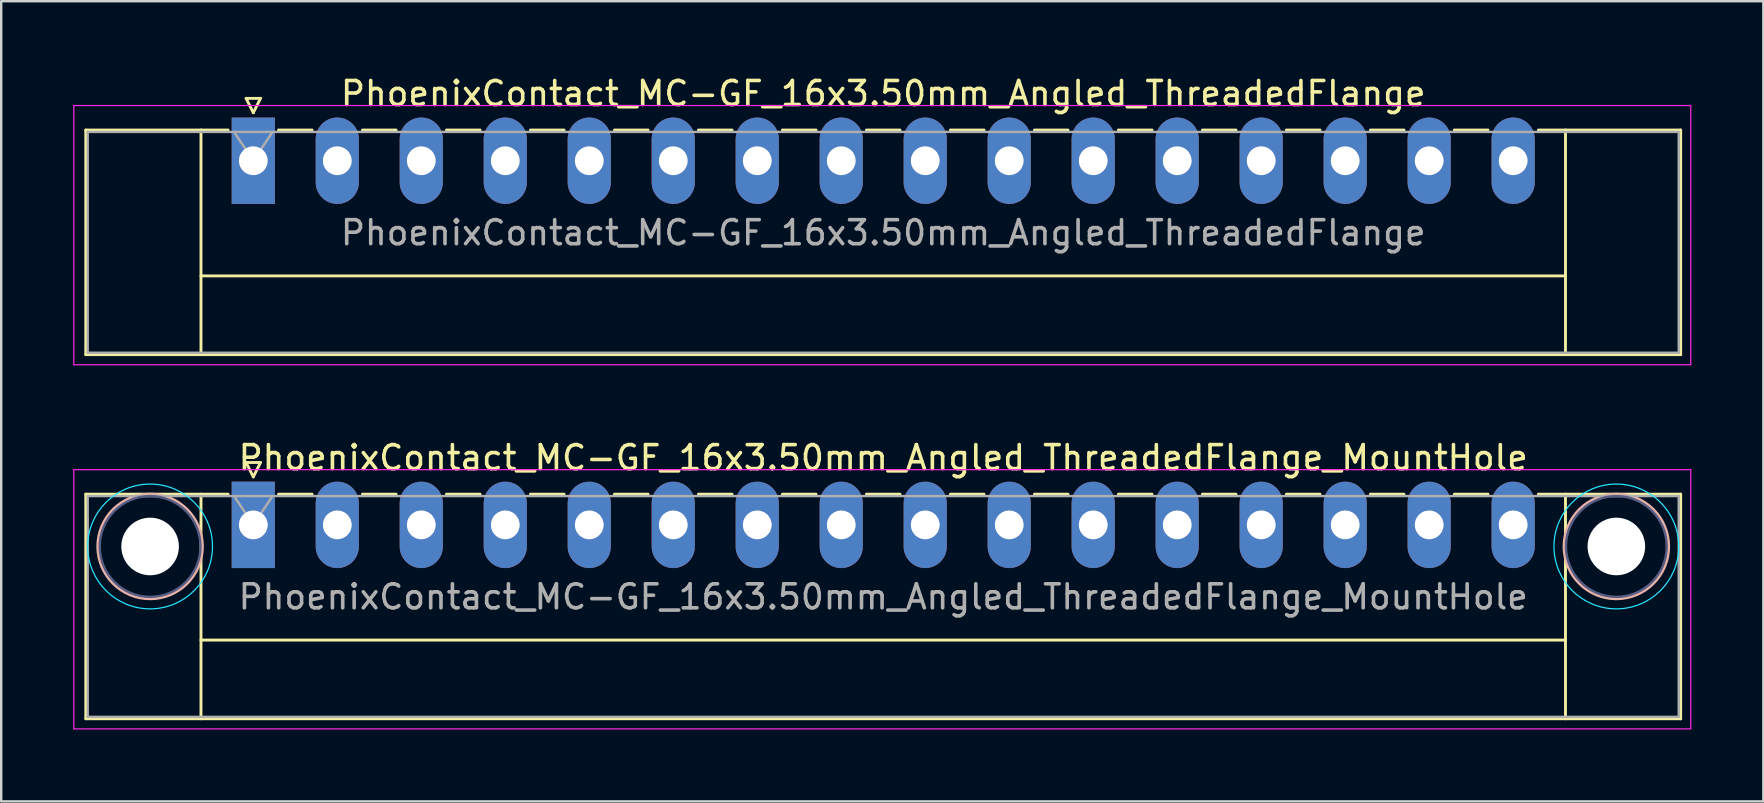
<source format=kicad_pcb>
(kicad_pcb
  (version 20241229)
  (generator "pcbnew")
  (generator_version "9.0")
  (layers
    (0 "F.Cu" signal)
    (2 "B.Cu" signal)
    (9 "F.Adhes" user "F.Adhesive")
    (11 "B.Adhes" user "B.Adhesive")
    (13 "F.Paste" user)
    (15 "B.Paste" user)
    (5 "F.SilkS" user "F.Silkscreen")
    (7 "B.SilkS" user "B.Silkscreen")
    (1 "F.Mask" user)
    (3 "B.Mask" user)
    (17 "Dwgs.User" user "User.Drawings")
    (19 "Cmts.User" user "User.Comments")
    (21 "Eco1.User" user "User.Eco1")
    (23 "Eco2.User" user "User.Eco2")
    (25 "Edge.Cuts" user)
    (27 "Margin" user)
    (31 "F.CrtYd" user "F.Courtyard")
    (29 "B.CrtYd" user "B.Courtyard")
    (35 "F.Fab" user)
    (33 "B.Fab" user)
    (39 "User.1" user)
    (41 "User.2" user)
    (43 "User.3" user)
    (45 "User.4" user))
  (footprint "PhoenixContact_MC-GF_16x3.50mm_Angled_ThreadedFlange_MountHole"
    (layer "F.Cu")
    (at 7.505 18.822)
    (property "Reference" "PhoenixContact_MC-GF_16x3.50mm_Angled_ThreadedFlange_MountHole" (at 26.25 -2.8 0) (layer "F.SilkS") (effects (font (size 1 1) (thickness 0.15))))
    (attr through_hole)
    (fp_line (start -6.98 -1.28) (end -6.98 8.08) (stroke (width 0.12) (type solid)) (layer "F.SilkS"))
    (fp_line (start -6.98 -1.28) (end -1.05 -1.28) (stroke (width 0.12) (type solid)) (layer "F.SilkS"))
    (fp_line (start -6.98 8.08) (end 59.48 8.08) (stroke (width 0.12) (type solid)) (layer "F.SilkS"))
    (fp_line (start -2.18 -1.28) (end -2.18 8.08) (stroke (width 0.12) (type solid)) (layer "F.SilkS"))
    (fp_line (start -2.18 4.8) (end 54.68 4.8) (stroke (width 0.12) (type solid)) (layer "F.SilkS"))
    (fp_line (start -0.3 -2.6) (end 0.3 -2.6) (stroke (width 0.12) (type solid)) (layer "F.SilkS"))
    (fp_line (start 0 -2) (end -0.3 -2.6) (stroke (width 0.12) (type solid)) (layer "F.SilkS"))
    (fp_line (start 0.3 -2.6) (end 0 -2) (stroke (width 0.12) (type solid)) (layer "F.SilkS"))
    (fp_line (start 1.05 -1.28) (end 2.45 -1.28) (stroke (width 0.12) (type solid)) (layer "F.SilkS"))
    (fp_line (start 4.55 -1.28) (end 5.95 -1.28) (stroke (width 0.12) (type solid)) (layer "F.SilkS"))
    (fp_line (start 8.05 -1.28) (end 9.45 -1.28) (stroke (width 0.12) (type solid)) (layer "F.SilkS"))
    (fp_line (start 11.55 -1.28) (end 12.95 -1.28) (stroke (width 0.12) (type solid)) (layer "F.SilkS"))
    (fp_line (start 15.05 -1.28) (end 16.45 -1.28) (stroke (width 0.12) (type solid)) (layer "F.SilkS"))
    (fp_line (start 18.55 -1.28) (end 19.95 -1.28) (stroke (width 0.12) (type solid)) (layer "F.SilkS"))
    (fp_line (start 22.05 -1.28) (end 23.45 -1.28) (stroke (width 0.12) (type solid)) (layer "F.SilkS"))
    (fp_line (start 25.55 -1.28) (end 26.95 -1.28) (stroke (width 0.12) (type solid)) (layer "F.SilkS"))
    (fp_line (start 29.05 -1.28) (end 30.45 -1.28) (stroke (width 0.12) (type solid)) (layer "F.SilkS"))
    (fp_line (start 32.55 -1.28) (end 33.95 -1.28) (stroke (width 0.12) (type solid)) (layer "F.SilkS"))
    (fp_line (start 36.05 -1.28) (end 37.45 -1.28) (stroke (width 0.12) (type solid)) (layer "F.SilkS"))
    (fp_line (start 39.55 -1.28) (end 40.95 -1.28) (stroke (width 0.12) (type solid)) (layer "F.SilkS"))
    (fp_line (start 43.05 -1.28) (end 44.45 -1.28) (stroke (width 0.12) (type solid)) (layer "F.SilkS"))
    (fp_line (start 46.55 -1.28) (end 47.95 -1.28) (stroke (width 0.12) (type solid)) (layer "F.SilkS"))
    (fp_line (start 50.05 -1.28) (end 51.45 -1.28) (stroke (width 0.12) (type solid)) (layer "F.SilkS"))
    (fp_line (start 54.68 -1.28) (end 54.68 8.08) (stroke (width 0.12) (type solid)) (layer "F.SilkS"))
    (fp_line (start 59.48 -1.28) (end 53.55 -1.28) (stroke (width 0.12) (type solid)) (layer "F.SilkS"))
    (fp_line (start 59.48 8.08) (end 59.48 -1.28) (stroke (width 0.12) (type solid)) (layer "F.SilkS"))
    (fp_circle (center -4.3 0.9) (end -2.12 0.9) (stroke (width 0.12) (type solid)) (fill no) (layer "B.SilkS"))
    (fp_circle (center 56.8 0.9) (end 58.98 0.9) (stroke (width 0.12) (type solid)) (fill no) (layer "B.SilkS"))
    (fp_circle (center -4.3 0.9) (end -1.7 0.9) (stroke (width 0.05) (type solid)) (fill no) (layer "B.CrtYd"))
    (fp_circle (center 56.8 0.9) (end 59.4 0.9) (stroke (width 0.05) (type solid)) (fill no) (layer "B.CrtYd"))
    (fp_line (start -7.48 -2.3) (end -7.48 8.5) (stroke (width 0.05) (type solid)) (layer "F.CrtYd"))
    (fp_line (start -7.48 8.5) (end 59.9 8.5) (stroke (width 0.05) (type solid)) (layer "F.CrtYd"))
    (fp_line (start 59.9 -2.3) (end -7.48 -2.3) (stroke (width 0.05) (type solid)) (layer "F.CrtYd"))
    (fp_line (start 59.9 8.5) (end 59.9 -2.3) (stroke (width 0.05) (type solid)) (layer "F.CrtYd"))
    (fp_circle (center -4.3 0.9) (end -2.2 0.9) (stroke (width 0.1) (type solid)) (fill no) (layer "B.Fab"))
    (fp_circle (center 56.8 0.9) (end 58.9 0.9) (stroke (width 0.1) (type solid)) (fill no) (layer "B.Fab"))
    (fp_line (start -6.9 -1.2) (end -6.9 8) (stroke (width 0.1) (type solid)) (layer "F.Fab"))
    (fp_line (start -6.9 8) (end 59.4 8) (stroke (width 0.1) (type solid)) (layer "F.Fab"))
    (fp_line (start 0 0) (end -0.8 -1.2) (stroke (width 0.1) (type solid)) (layer "F.Fab"))
    (fp_line (start 0.8 -1.2) (end 0 0) (stroke (width 0.1) (type solid)) (layer "F.Fab"))
    (fp_line (start 59.4 -1.2) (end -6.9 -1.2) (stroke (width 0.1) (type solid)) (layer "F.Fab"))
    (fp_line (start 59.4 8) (end 59.4 -1.2) (stroke (width 0.1) (type solid)) (layer "F.Fab"))
    (fp_text user "${REFERENCE}" (at 26.25 3 0) (layer "F.Fab") (effects (font (size 1 1) (thickness 0.15))))
    (pad "" np_thru_hole circle (at -4.3 0.9) (size 2.4 2.4) (drill 2.4) (layers "*.Cu" "*.Mask"))
    (pad "" np_thru_hole circle (at 56.8 0.9) (size 2.4 2.4) (drill 2.4) (layers "*.Cu" "*.Mask"))
    (pad "1" thru_hole rect (at 0 0) (size 1.8 3.6) (drill 1.2) (layers "*.Cu" "*.Mask"))
    (pad "2" thru_hole oval (at 3.5 0) (size 1.8 3.6) (drill 1.2) (layers "*.Cu" "*.Mask"))
    (pad "3" thru_hole oval (at 7 0) (size 1.8 3.6) (drill 1.2) (layers "*.Cu" "*.Mask"))
    (pad "4" thru_hole oval (at 10.5 0) (size 1.8 3.6) (drill 1.2) (layers "*.Cu" "*.Mask"))
    (pad "5" thru_hole oval (at 14 0) (size 1.8 3.6) (drill 1.2) (layers "*.Cu" "*.Mask"))
    (pad "6" thru_hole oval (at 17.5 0) (size 1.8 3.6) (drill 1.2) (layers "*.Cu" "*.Mask"))
    (pad "7" thru_hole oval (at 21 0) (size 1.8 3.6) (drill 1.2) (layers "*.Cu" "*.Mask"))
    (pad "8" thru_hole oval (at 24.5 0) (size 1.8 3.6) (drill 1.2) (layers "*.Cu" "*.Mask"))
    (pad "9" thru_hole oval (at 28 0) (size 1.8 3.6) (drill 1.2) (layers "*.Cu" "*.Mask"))
    (pad "10" thru_hole oval (at 31.5 0) (size 1.8 3.6) (drill 1.2) (layers "*.Cu" "*.Mask"))
    (pad "11" thru_hole oval (at 35 0) (size 1.8 3.6) (drill 1.2) (layers "*.Cu" "*.Mask"))
    (pad "12" thru_hole oval (at 38.5 0) (size 1.8 3.6) (drill 1.2) (layers "*.Cu" "*.Mask"))
    (pad "13" thru_hole oval (at 42 0) (size 1.8 3.6) (drill 1.2) (layers "*.Cu" "*.Mask"))
    (pad "14" thru_hole oval (at 45.5 0) (size 1.8 3.6) (drill 1.2) (layers "*.Cu" "*.Mask"))
    (pad "15" thru_hole oval (at 49 0) (size 1.8 3.6) (drill 1.2) (layers "*.Cu" "*.Mask"))
    (pad "16" thru_hole oval (at 52.5 0) (size 1.8 3.6) (drill 1.2) (layers "*.Cu" "*.Mask")))
  (footprint "PhoenixContact_MC-GF_16x3.50mm_Angled_ThreadedFlange"
    (layer "F.Cu")
    (at 7.505 3.648)
    (property "Reference" "PhoenixContact_MC-GF_16x3.50mm_Angled_ThreadedFlange" (at 26.25 -2.8 0) (layer "F.SilkS") (effects (font (size 1 1) (thickness 0.15))))
    (attr through_hole)
    (fp_line (start -6.98 -1.28) (end -6.98 8.08) (stroke (width 0.12) (type solid)) (layer "F.SilkS"))
    (fp_line (start -6.98 -1.28) (end -1.05 -1.28) (stroke (width 0.12) (type solid)) (layer "F.SilkS"))
    (fp_line (start -6.98 8.08) (end 59.48 8.08) (stroke (width 0.12) (type solid)) (layer "F.SilkS"))
    (fp_line (start -2.18 -1.28) (end -2.18 8.08) (stroke (width 0.12) (type solid)) (layer "F.SilkS"))
    (fp_line (start -2.18 4.8) (end 54.68 4.8) (stroke (width 0.12) (type solid)) (layer "F.SilkS"))
    (fp_line (start -0.3 -2.6) (end 0.3 -2.6) (stroke (width 0.12) (type solid)) (layer "F.SilkS"))
    (fp_line (start 0 -2) (end -0.3 -2.6) (stroke (width 0.12) (type solid)) (layer "F.SilkS"))
    (fp_line (start 0.3 -2.6) (end 0 -2) (stroke (width 0.12) (type solid)) (layer "F.SilkS"))
    (fp_line (start 1.05 -1.28) (end 2.45 -1.28) (stroke (width 0.12) (type solid)) (layer "F.SilkS"))
    (fp_line (start 4.55 -1.28) (end 5.95 -1.28) (stroke (width 0.12) (type solid)) (layer "F.SilkS"))
    (fp_line (start 8.05 -1.28) (end 9.45 -1.28) (stroke (width 0.12) (type solid)) (layer "F.SilkS"))
    (fp_line (start 11.55 -1.28) (end 12.95 -1.28) (stroke (width 0.12) (type solid)) (layer "F.SilkS"))
    (fp_line (start 15.05 -1.28) (end 16.45 -1.28) (stroke (width 0.12) (type solid)) (layer "F.SilkS"))
    (fp_line (start 18.55 -1.28) (end 19.95 -1.28) (stroke (width 0.12) (type solid)) (layer "F.SilkS"))
    (fp_line (start 22.05 -1.28) (end 23.45 -1.28) (stroke (width 0.12) (type solid)) (layer "F.SilkS"))
    (fp_line (start 25.55 -1.28) (end 26.95 -1.28) (stroke (width 0.12) (type solid)) (layer "F.SilkS"))
    (fp_line (start 29.05 -1.28) (end 30.45 -1.28) (stroke (width 0.12) (type solid)) (layer "F.SilkS"))
    (fp_line (start 32.55 -1.28) (end 33.95 -1.28) (stroke (width 0.12) (type solid)) (layer "F.SilkS"))
    (fp_line (start 36.05 -1.28) (end 37.45 -1.28) (stroke (width 0.12) (type solid)) (layer "F.SilkS"))
    (fp_line (start 39.55 -1.28) (end 40.95 -1.28) (stroke (width 0.12) (type solid)) (layer "F.SilkS"))
    (fp_line (start 43.05 -1.28) (end 44.45 -1.28) (stroke (width 0.12) (type solid)) (layer "F.SilkS"))
    (fp_line (start 46.55 -1.28) (end 47.95 -1.28) (stroke (width 0.12) (type solid)) (layer "F.SilkS"))
    (fp_line (start 50.05 -1.28) (end 51.45 -1.28) (stroke (width 0.12) (type solid)) (layer "F.SilkS"))
    (fp_line (start 54.68 -1.28) (end 54.68 8.08) (stroke (width 0.12) (type solid)) (layer "F.SilkS"))
    (fp_line (start 59.48 -1.28) (end 53.55 -1.28) (stroke (width 0.12) (type solid)) (layer "F.SilkS"))
    (fp_line (start 59.48 8.08) (end 59.48 -1.28) (stroke (width 0.12) (type solid)) (layer "F.SilkS"))
    (fp_line (start -7.48 -2.3) (end -7.48 8.5) (stroke (width 0.05) (type solid)) (layer "F.CrtYd"))
    (fp_line (start -7.48 8.5) (end 59.9 8.5) (stroke (width 0.05) (type solid)) (layer "F.CrtYd"))
    (fp_line (start 59.9 -2.3) (end -7.48 -2.3) (stroke (width 0.05) (type solid)) (layer "F.CrtYd"))
    (fp_line (start 59.9 8.5) (end 59.9 -2.3) (stroke (width 0.05) (type solid)) (layer "F.CrtYd"))
    (fp_line (start -6.9 -1.2) (end -6.9 8) (stroke (width 0.1) (type solid)) (layer "F.Fab"))
    (fp_line (start -6.9 8) (end 59.4 8) (stroke (width 0.1) (type solid)) (layer "F.Fab"))
    (fp_line (start 0 0) (end -0.8 -1.2) (stroke (width 0.1) (type solid)) (layer "F.Fab"))
    (fp_line (start 0.8 -1.2) (end 0 0) (stroke (width 0.1) (type solid)) (layer "F.Fab"))
    (fp_line (start 59.4 -1.2) (end -6.9 -1.2) (stroke (width 0.1) (type solid)) (layer "F.Fab"))
    (fp_line (start 59.4 8) (end 59.4 -1.2) (stroke (width 0.1) (type solid)) (layer "F.Fab"))
    (fp_text user "${REFERENCE}" (at 26.25 3 0) (layer "F.Fab") (effects (font (size 1 1) (thickness 0.15))))
    (pad "1" thru_hole rect (at 0 0) (size 1.8 3.6) (drill 1.2) (layers "*.Cu" "*.Mask"))
    (pad "2" thru_hole oval (at 3.5 0) (size 1.8 3.6) (drill 1.2) (layers "*.Cu" "*.Mask"))
    (pad "3" thru_hole oval (at 7 0) (size 1.8 3.6) (drill 1.2) (layers "*.Cu" "*.Mask"))
    (pad "4" thru_hole oval (at 10.5 0) (size 1.8 3.6) (drill 1.2) (layers "*.Cu" "*.Mask"))
    (pad "5" thru_hole oval (at 14 0) (size 1.8 3.6) (drill 1.2) (layers "*.Cu" "*.Mask"))
    (pad "6" thru_hole oval (at 17.5 0) (size 1.8 3.6) (drill 1.2) (layers "*.Cu" "*.Mask"))
    (pad "7" thru_hole oval (at 21 0) (size 1.8 3.6) (drill 1.2) (layers "*.Cu" "*.Mask"))
    (pad "8" thru_hole oval (at 24.5 0) (size 1.8 3.6) (drill 1.2) (layers "*.Cu" "*.Mask"))
    (pad "9" thru_hole oval (at 28 0) (size 1.8 3.6) (drill 1.2) (layers "*.Cu" "*.Mask"))
    (pad "10" thru_hole oval (at 31.5 0) (size 1.8 3.6) (drill 1.2) (layers "*.Cu" "*.Mask"))
    (pad "11" thru_hole oval (at 35 0) (size 1.8 3.6) (drill 1.2) (layers "*.Cu" "*.Mask"))
    (pad "12" thru_hole oval (at 38.5 0) (size 1.8 3.6) (drill 1.2) (layers "*.Cu" "*.Mask"))
    (pad "13" thru_hole oval (at 42 0) (size 1.8 3.6) (drill 1.2) (layers "*.Cu" "*.Mask"))
    (pad "14" thru_hole oval (at 45.5 0) (size 1.8 3.6) (drill 1.2) (layers "*.Cu" "*.Mask"))
    (pad "15" thru_hole oval (at 49 0) (size 1.8 3.6) (drill 1.2) (layers "*.Cu" "*.Mask"))
    (pad "16" thru_hole oval (at 52.5 0) (size 1.8 3.6) (drill 1.2) (layers "*.Cu" "*.Mask")))
  (gr_rect
    (start -3 -3)
    (end 70.43 30.346)
    (stroke (width 0.1) (type default))
    (fill no)
    (layer "Edge.Cuts")))
</source>
